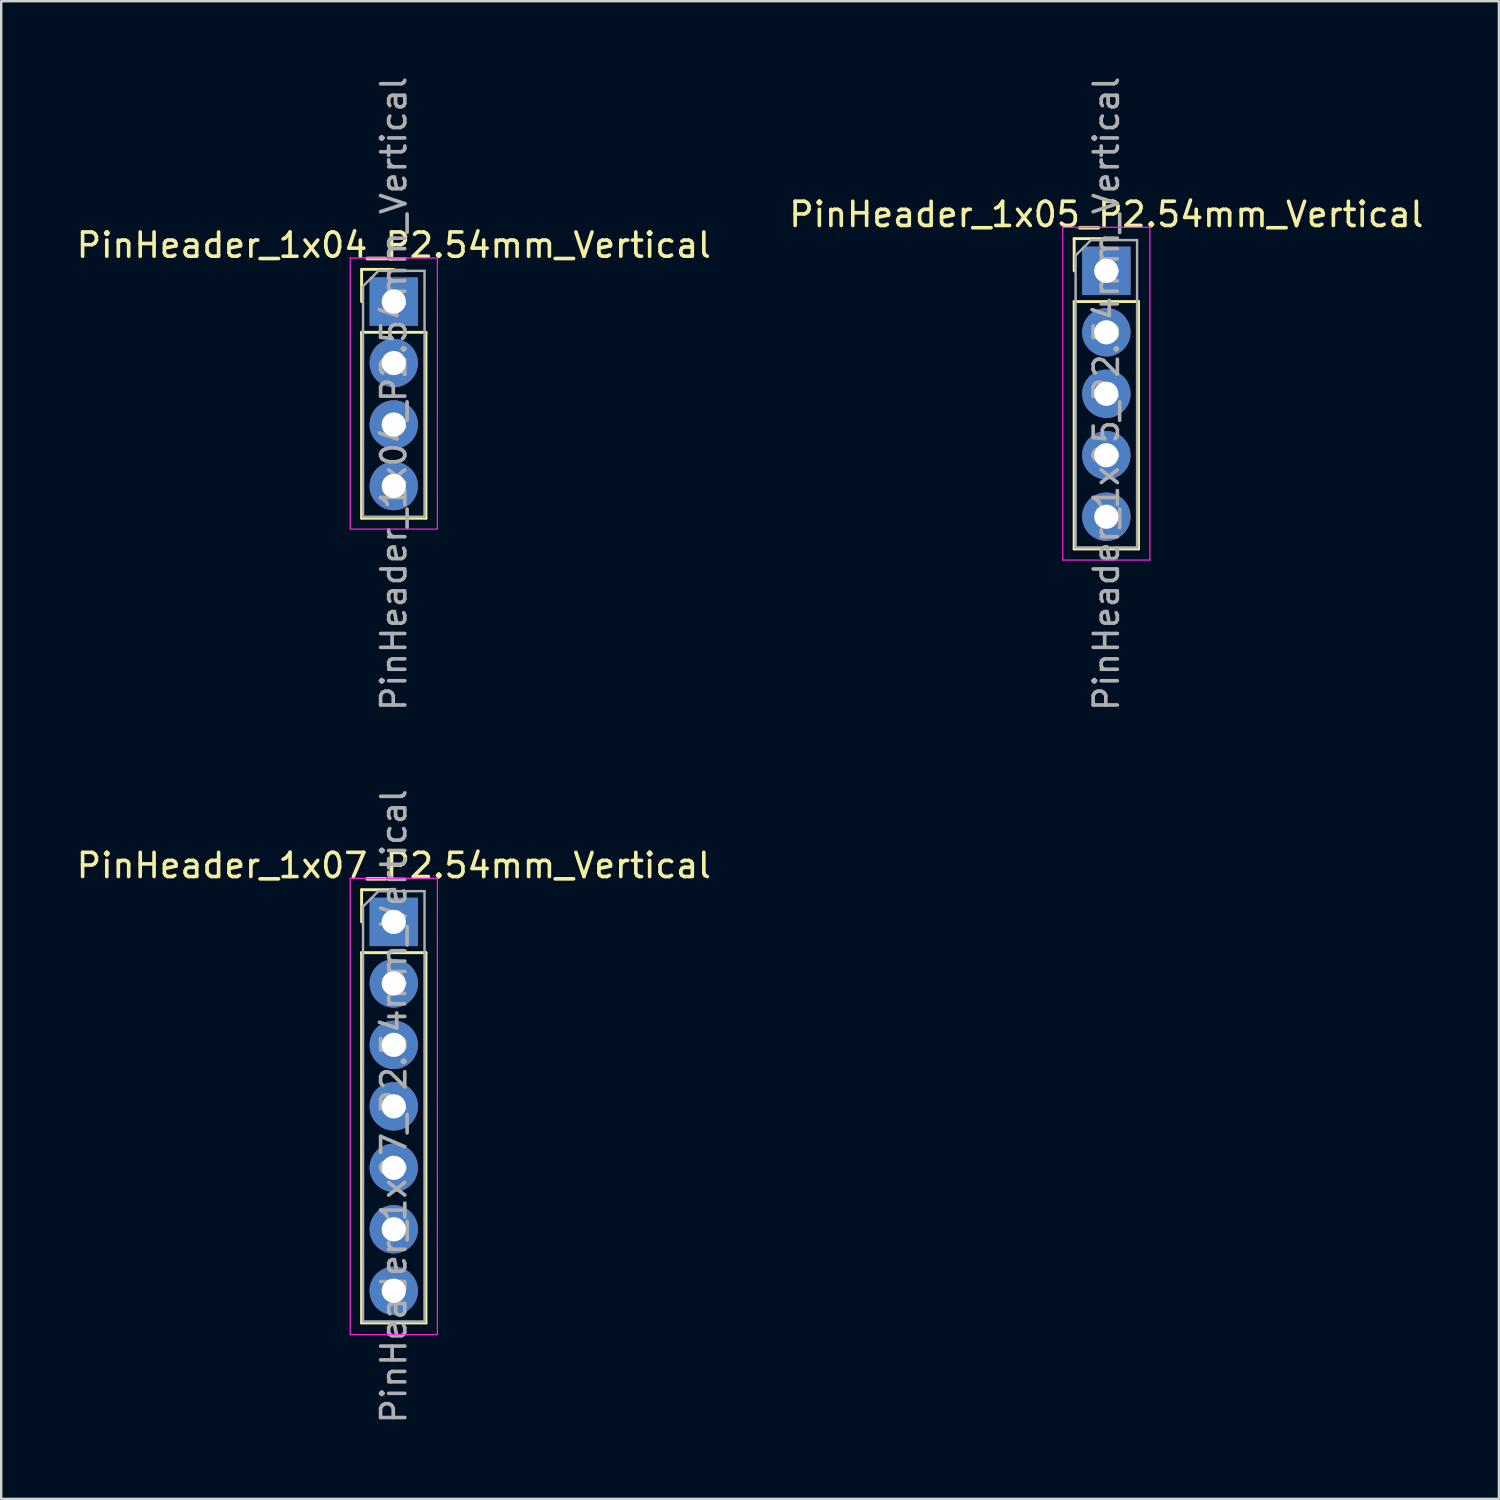
<source format=kicad_pcb>
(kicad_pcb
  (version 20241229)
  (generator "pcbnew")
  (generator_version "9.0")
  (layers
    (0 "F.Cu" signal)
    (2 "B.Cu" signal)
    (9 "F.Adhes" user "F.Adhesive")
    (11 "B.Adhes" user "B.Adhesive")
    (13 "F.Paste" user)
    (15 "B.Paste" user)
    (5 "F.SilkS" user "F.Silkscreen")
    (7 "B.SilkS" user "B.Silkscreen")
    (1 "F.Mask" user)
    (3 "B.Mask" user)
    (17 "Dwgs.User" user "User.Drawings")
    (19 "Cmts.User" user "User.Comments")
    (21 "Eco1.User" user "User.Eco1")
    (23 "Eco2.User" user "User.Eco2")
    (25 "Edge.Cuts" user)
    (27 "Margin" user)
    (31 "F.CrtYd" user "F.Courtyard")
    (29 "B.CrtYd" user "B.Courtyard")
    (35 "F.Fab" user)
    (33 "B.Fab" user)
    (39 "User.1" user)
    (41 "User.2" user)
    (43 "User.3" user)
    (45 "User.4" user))
  (footprint "PinHeader_1x05_P2.54mm_Vertical"
    (layer "F.Cu")
    (at 42.661 8.14)
    (property "Reference" "PinHeader_1x05_P2.54mm_Vertical" (at 0 -2.33 0) (layer "F.SilkS") (effects (font (size 1 1) (thickness 0.15))))
    (attr through_hole)
    (fp_line (start -1.33 -1.33) (end 0 -1.33) (stroke (width 0.12) (type solid)) (layer "F.SilkS"))
    (fp_line (start -1.33 0) (end -1.33 -1.33) (stroke (width 0.12) (type solid)) (layer "F.SilkS"))
    (fp_line (start -1.33 1.27) (end -1.33 11.49) (stroke (width 0.12) (type solid)) (layer "F.SilkS"))
    (fp_line (start -1.33 1.27) (end 1.33 1.27) (stroke (width 0.12) (type solid)) (layer "F.SilkS"))
    (fp_line (start -1.33 11.49) (end 1.33 11.49) (stroke (width 0.12) (type solid)) (layer "F.SilkS"))
    (fp_line (start 1.33 1.27) (end 1.33 11.49) (stroke (width 0.12) (type solid)) (layer "F.SilkS"))
    (fp_line (start -1.8 -1.8) (end -1.8 11.95) (stroke (width 0.05) (type solid)) (layer "F.CrtYd"))
    (fp_line (start -1.8 11.95) (end 1.8 11.95) (stroke (width 0.05) (type solid)) (layer "F.CrtYd"))
    (fp_line (start 1.8 -1.8) (end -1.8 -1.8) (stroke (width 0.05) (type solid)) (layer "F.CrtYd"))
    (fp_line (start 1.8 11.95) (end 1.8 -1.8) (stroke (width 0.05) (type solid)) (layer "F.CrtYd"))
    (fp_line (start -1.27 -0.635) (end -0.635 -1.27) (stroke (width 0.1) (type solid)) (layer "F.Fab"))
    (fp_line (start -1.27 11.43) (end -1.27 -0.635) (stroke (width 0.1) (type solid)) (layer "F.Fab"))
    (fp_line (start -0.635 -1.27) (end 1.27 -1.27) (stroke (width 0.1) (type solid)) (layer "F.Fab"))
    (fp_line (start 1.27 -1.27) (end 1.27 11.43) (stroke (width 0.1) (type solid)) (layer "F.Fab"))
    (fp_line (start 1.27 11.43) (end -1.27 11.43) (stroke (width 0.1) (type solid)) (layer "F.Fab"))
    (fp_text user "${REFERENCE}" (at 0 5.08 90) (layer "F.Fab") (effects (font (size 1 1) (thickness 0.15))))
    (pad "1" thru_hole rect (at 0 0) (size 2 2) (drill 1) (layers "*.Cu" "*.Mask"))
    (pad "2" thru_hole oval (at 0 2.54) (size 2 2) (drill 1) (layers "*.Cu" "*.Mask"))
    (pad "3" thru_hole oval (at 0 5.08) (size 2 2) (drill 1) (layers "*.Cu" "*.Mask"))
    (pad "4" thru_hole oval (at 0 7.62) (size 2 2) (drill 1) (layers "*.Cu" "*.Mask"))
    (pad "5" thru_hole oval (at 0 10.16) (size 2 2) (drill 1) (layers "*.Cu" "*.Mask")))
  (footprint "PinHeader_1x04_P2.54mm_Vertical"
    (layer "F.Cu")
    (at 13.22 9.41)
    (property "Reference" "PinHeader_1x04_P2.54mm_Vertical" (at 0 -2.33 0) (layer "F.SilkS") (effects (font (size 1 1) (thickness 0.15))))
    (attr through_hole)
    (fp_line (start -1.33 -1.33) (end 0 -1.33) (stroke (width 0.12) (type solid)) (layer "F.SilkS"))
    (fp_line (start -1.33 0) (end -1.33 -1.33) (stroke (width 0.12) (type solid)) (layer "F.SilkS"))
    (fp_line (start -1.33 1.27) (end -1.33 8.95) (stroke (width 0.12) (type solid)) (layer "F.SilkS"))
    (fp_line (start -1.33 1.27) (end 1.33 1.27) (stroke (width 0.12) (type solid)) (layer "F.SilkS"))
    (fp_line (start -1.33 8.95) (end 1.33 8.95) (stroke (width 0.12) (type solid)) (layer "F.SilkS"))
    (fp_line (start 1.33 1.27) (end 1.33 8.95) (stroke (width 0.12) (type solid)) (layer "F.SilkS"))
    (fp_line (start -1.8 -1.8) (end -1.8 9.4) (stroke (width 0.05) (type solid)) (layer "F.CrtYd"))
    (fp_line (start -1.8 9.4) (end 1.8 9.4) (stroke (width 0.05) (type solid)) (layer "F.CrtYd"))
    (fp_line (start 1.8 -1.8) (end -1.8 -1.8) (stroke (width 0.05) (type solid)) (layer "F.CrtYd"))
    (fp_line (start 1.8 9.4) (end 1.8 -1.8) (stroke (width 0.05) (type solid)) (layer "F.CrtYd"))
    (fp_line (start -1.27 -0.635) (end -0.635 -1.27) (stroke (width 0.1) (type solid)) (layer "F.Fab"))
    (fp_line (start -1.27 8.89) (end -1.27 -0.635) (stroke (width 0.1) (type solid)) (layer "F.Fab"))
    (fp_line (start -0.635 -1.27) (end 1.27 -1.27) (stroke (width 0.1) (type solid)) (layer "F.Fab"))
    (fp_line (start 1.27 -1.27) (end 1.27 8.89) (stroke (width 0.1) (type solid)) (layer "F.Fab"))
    (fp_line (start 1.27 8.89) (end -1.27 8.89) (stroke (width 0.1) (type solid)) (layer "F.Fab"))
    (fp_text user "${REFERENCE}" (at 0 3.81 90) (layer "F.Fab") (effects (font (size 1 1) (thickness 0.15))))
    (pad "1" thru_hole rect (at 0 0) (size 2 2) (drill 1) (layers "*.Cu" "*.Mask"))
    (pad "2" thru_hole oval (at 0 2.54) (size 2 2) (drill 1) (layers "*.Cu" "*.Mask"))
    (pad "3" thru_hole oval (at 0 5.08) (size 2 2) (drill 1) (layers "*.Cu" "*.Mask"))
    (pad "4" thru_hole oval (at 0 7.62) (size 2 2) (drill 1) (layers "*.Cu" "*.Mask")))
  (footprint "PinHeader_1x07_P2.54mm_Vertical"
    (layer "F.Cu")
    (at 13.22 35.041)
    (property "Reference" "PinHeader_1x07_P2.54mm_Vertical" (at 0 -2.33 0) (layer "F.SilkS") (effects (font (size 1 1) (thickness 0.15))))
    (attr through_hole)
    (fp_line (start -1.33 -1.33) (end 0 -1.33) (stroke (width 0.12) (type solid)) (layer "F.SilkS"))
    (fp_line (start -1.33 0) (end -1.33 -1.33) (stroke (width 0.12) (type solid)) (layer "F.SilkS"))
    (fp_line (start -1.33 1.27) (end -1.33 16.57) (stroke (width 0.12) (type solid)) (layer "F.SilkS"))
    (fp_line (start -1.33 1.27) (end 1.33 1.27) (stroke (width 0.12) (type solid)) (layer "F.SilkS"))
    (fp_line (start -1.33 16.57) (end 1.33 16.57) (stroke (width 0.12) (type solid)) (layer "F.SilkS"))
    (fp_line (start 1.33 1.27) (end 1.33 16.57) (stroke (width 0.12) (type solid)) (layer "F.SilkS"))
    (fp_line (start -1.8 -1.8) (end -1.8 17.05) (stroke (width 0.05) (type solid)) (layer "F.CrtYd"))
    (fp_line (start -1.8 17.05) (end 1.8 17.05) (stroke (width 0.05) (type solid)) (layer "F.CrtYd"))
    (fp_line (start 1.8 -1.8) (end -1.8 -1.8) (stroke (width 0.05) (type solid)) (layer "F.CrtYd"))
    (fp_line (start 1.8 17.05) (end 1.8 -1.8) (stroke (width 0.05) (type solid)) (layer "F.CrtYd"))
    (fp_line (start -1.27 -0.635) (end -0.635 -1.27) (stroke (width 0.1) (type solid)) (layer "F.Fab"))
    (fp_line (start -1.27 16.51) (end -1.27 -0.635) (stroke (width 0.1) (type solid)) (layer "F.Fab"))
    (fp_line (start -0.635 -1.27) (end 1.27 -1.27) (stroke (width 0.1) (type solid)) (layer "F.Fab"))
    (fp_line (start 1.27 -1.27) (end 1.27 16.51) (stroke (width 0.1) (type solid)) (layer "F.Fab"))
    (fp_line (start 1.27 16.51) (end -1.27 16.51) (stroke (width 0.1) (type solid)) (layer "F.Fab"))
    (fp_text user "${REFERENCE}" (at 0 7.62 90) (layer "F.Fab") (effects (font (size 1 1) (thickness 0.15))))
    (pad "1" thru_hole rect (at 0 0) (size 2 2) (drill 1) (layers "*.Cu" "*.Mask"))
    (pad "2" thru_hole oval (at 0 2.54) (size 2 2) (drill 1) (layers "*.Cu" "*.Mask"))
    (pad "3" thru_hole oval (at 0 5.08) (size 2 2) (drill 1) (layers "*.Cu" "*.Mask"))
    (pad "4" thru_hole oval (at 0 7.62) (size 2 2) (drill 1) (layers "*.Cu" "*.Mask"))
    (pad "5" thru_hole oval (at 0 10.16) (size 2 2) (drill 1) (layers "*.Cu" "*.Mask"))
    (pad "6" thru_hole oval (at 0 12.7) (size 2 2) (drill 1) (layers "*.Cu" "*.Mask"))
    (pad "7" thru_hole oval (at 0 15.24) (size 2 2) (drill 1) (layers "*.Cu" "*.Mask")))
  (gr_rect
    (start -3 -3)
    (end 58.881 58.881)
    (stroke (width 0.1) (type default))
    (fill no)
    (layer "Edge.Cuts")))
</source>
